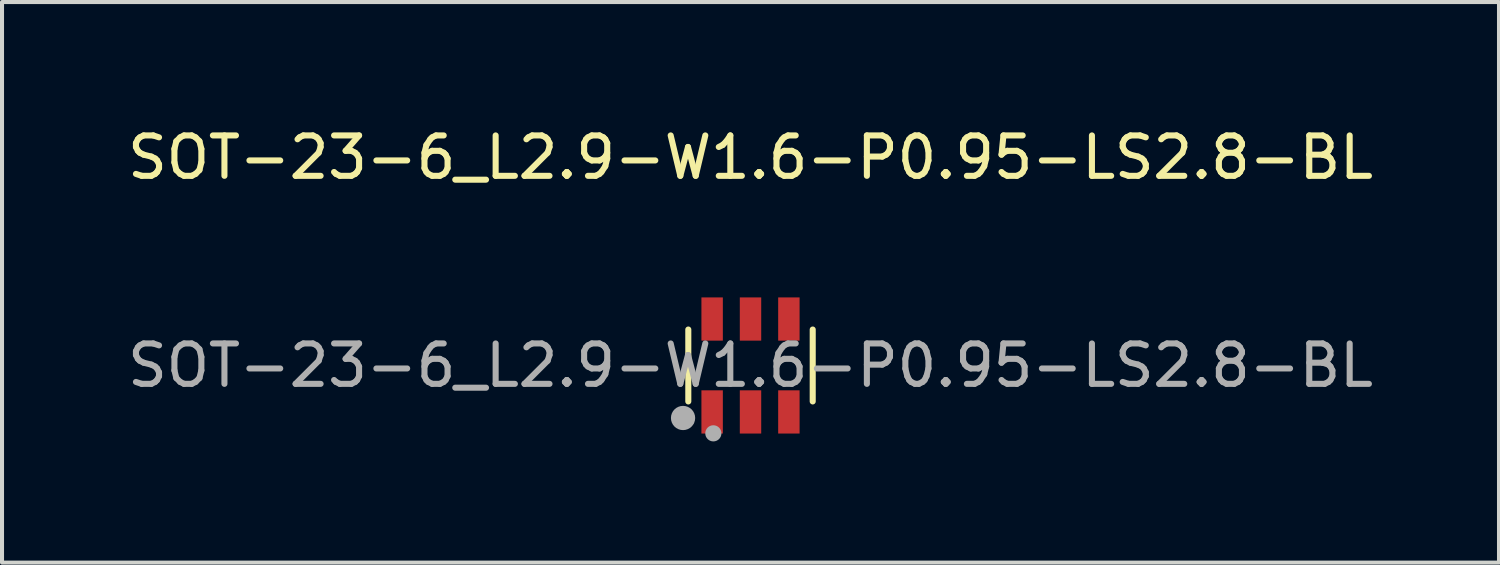
<source format=kicad_pcb>
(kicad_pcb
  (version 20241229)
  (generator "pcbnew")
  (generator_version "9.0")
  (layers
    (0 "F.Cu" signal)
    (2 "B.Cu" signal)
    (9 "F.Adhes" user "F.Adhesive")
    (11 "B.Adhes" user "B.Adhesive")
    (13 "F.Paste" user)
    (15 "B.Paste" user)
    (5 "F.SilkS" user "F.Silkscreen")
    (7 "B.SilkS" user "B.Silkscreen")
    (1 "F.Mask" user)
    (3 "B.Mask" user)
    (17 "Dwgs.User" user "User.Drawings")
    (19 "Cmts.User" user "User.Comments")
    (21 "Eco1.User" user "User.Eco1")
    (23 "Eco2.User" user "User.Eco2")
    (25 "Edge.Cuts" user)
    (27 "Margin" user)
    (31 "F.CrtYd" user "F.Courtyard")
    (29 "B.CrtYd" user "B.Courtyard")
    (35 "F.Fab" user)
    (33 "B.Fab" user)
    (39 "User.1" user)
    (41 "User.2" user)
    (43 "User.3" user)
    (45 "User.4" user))
  (footprint "SOT-23-6_L2.9-W1.6-P0.95-LS2.8-BL"
    (layer "F.Cu")
    (at 15.53 5.998)
    (property "Reference" "SOT-23-6_L2.9-W1.6-P0.95-LS2.8-BL" (at 0 -5.15 0) (layer "F.SilkS") (effects (font (size 1 1) (thickness 0.15))))
    (attr smd)
    (fp_line (start -1.54 0.89) (end -1.54 -0.89) (stroke (width 0.15) (type solid)) (layer "F.SilkS"))
    (fp_line (start 1.54 0.89) (end 1.54 -0.89) (stroke (width 0.15) (type solid)) (layer "F.SilkS"))
    (fp_circle (center -1.67 1.3) (end -1.52 1.3) (stroke (width 0.3) (type solid)) (fill no) (layer "F.Fab"))
    (fp_circle (center -1.46 1.4) (end -1.43 1.4) (stroke (width 0.06) (type solid)) (fill no) (layer "F.Fab"))
    (fp_circle (center -0.92 1.68) (end -0.82 1.68) (stroke (width 0.2) (type solid)) (fill no) (layer "F.Fab"))
    (fp_text user "${REFERENCE}" (at 0 0 0) (layer "F.Fab") (effects (font (size 1 1) (thickness 0.15))))
    (pad "1" smd rect (at -0.95 1.15) (size 0.53 1.07) (layers "F.Cu" "F.Mask" "F.Paste"))
    (pad "2" smd rect (at 0 1.15) (size 0.53 1.07) (layers "F.Cu" "F.Mask" "F.Paste"))
    (pad "3" smd rect (at 0.95 1.15) (size 0.53 1.07) (layers "F.Cu" "F.Mask" "F.Paste"))
    (pad "4" smd rect (at 0.95 -1.15) (size 0.53 1.07) (layers "F.Cu" "F.Mask" "F.Paste"))
    (pad "5" smd rect (at 0 -1.15) (size 0.53 1.07) (layers "F.Cu" "F.Mask" "F.Paste"))
    (pad "6" smd rect (at -0.95 -1.15) (size 0.53 1.07) (layers "F.Cu" "F.Mask" "F.Paste")))
  (gr_rect
    (start -3 -3)
    (end 34.06 10.878)
    (stroke (width 0.1) (type default))
    (fill no)
    (layer "Edge.Cuts")))
</source>
